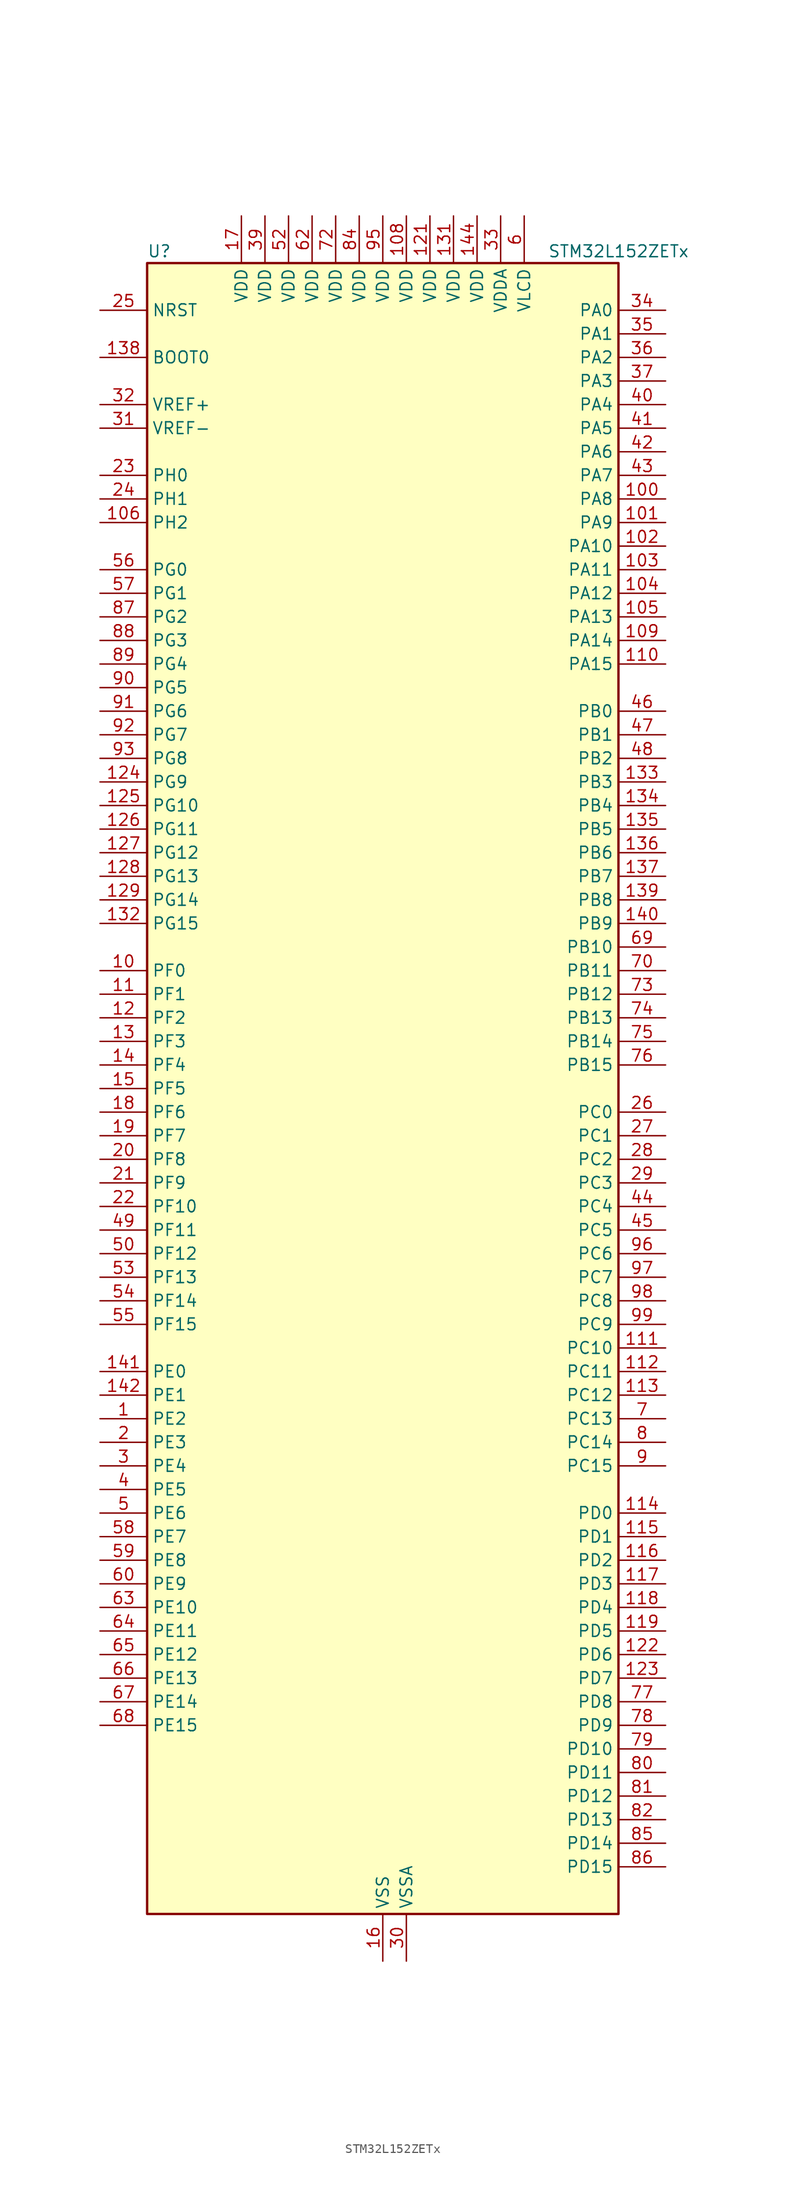
<source format=kicad_sym>
(kicad_symbol_lib
  (version 20241209)
  (generator "kicad_symbol_editor")
  (generator_version "9.0")
  (symbol "STM32L152ZETx"
    (property "Reference" "U"
      (at -25.4 90.17 0)
      (effects (font (size 1.27 1.27)) (justify left)))
    (property "Value" "STM32L152ZETx"
      (at 17.78 90.17 0)
      (effects (font (size 1.27 1.27)) (justify left)))
    (symbol "STM32L152ZETx_0_1"
      (rectangle (start -25.4 -88.9) (end 25.4 88.9) (stroke (width 0.254) (type default)) (fill (type background))))
    (symbol "STM32L152ZETx_1_1"
      (pin input line (at -30.48 83.82 0) (length 5.08) (name "NRST" (effects (font (size 1.27 1.27)))) (number "25" (effects (font (size 1.27 1.27)))))
      (pin input line (at -30.48 78.74 0) (length 5.08) (name "BOOT0" (effects (font (size 1.27 1.27)))) (number "138" (effects (font (size 1.27 1.27)))))
      (pin input line (at -30.48 73.66 0) (length 5.08) (name "VREF+" (effects (font (size 1.27 1.27)))) (number "32" (effects (font (size 1.27 1.27)))))
      (pin input line (at -30.48 71.12 0) (length 5.08) (name "VREF-" (effects (font (size 1.27 1.27)))) (number "31" (effects (font (size 1.27 1.27)))))
      (pin bidirectional line (at -30.48 66.04 0) (length 5.08) (name "PH0" (effects (font (size 1.27 1.27)))) (number "23" (effects (font (size 1.27 1.27)))) (alternate "RCC_OSC_IN" bidirectional line))
      (pin bidirectional line (at -30.48 63.5 0) (length 5.08) (name "PH1" (effects (font (size 1.27 1.27)))) (number "24" (effects (font (size 1.27 1.27)))) (alternate "RCC_OSC_OUT" bidirectional line))
      (pin bidirectional line (at -30.48 60.96 0) (length 5.08) (name "PH2" (effects (font (size 1.27 1.27)))) (number "106" (effects (font (size 1.27 1.27)))))
      (pin bidirectional line (at -30.48 55.88 0) (length 5.08) (name "PG0" (effects (font (size 1.27 1.27)))) (number "56" (effects (font (size 1.27 1.27)))) (alternate "ADC_IN8b" bidirectional line) (alternate "TS_G2_IO4" bidirectional line))
      (pin bidirectional line (at -30.48 53.34 0) (length 5.08) (name "PG1" (effects (font (size 1.27 1.27)))) (number "57" (effects (font (size 1.27 1.27)))) (alternate "ADC_IN9b" bidirectional line) (alternate "TS_G2_IO5" bidirectional line))
      (pin bidirectional line (at -30.48 50.8 0) (length 5.08) (name "PG2" (effects (font (size 1.27 1.27)))) (number "87" (effects (font (size 1.27 1.27)))) (alternate "ADC_IN10b" bidirectional line) (alternate "TS_G7_IO5" bidirectional line))
      (pin bidirectional line (at -30.48 48.26 0) (length 5.08) (name "PG3" (effects (font (size 1.27 1.27)))) (number "88" (effects (font (size 1.27 1.27)))) (alternate "ADC_IN11b" bidirectional line) (alternate "TS_G7_IO6" bidirectional line))
      (pin bidirectional line (at -30.48 45.72 0) (length 5.08) (name "PG4" (effects (font (size 1.27 1.27)))) (number "89" (effects (font (size 1.27 1.27)))) (alternate "ADC_IN12b" bidirectional line) (alternate "TS_G7_IO7" bidirectional line))
      (pin bidirectional line (at -30.48 43.18 0) (length 5.08) (name "PG5" (effects (font (size 1.27 1.27)))) (number "90" (effects (font (size 1.27 1.27)))))
      (pin bidirectional line (at -30.48 40.64 0) (length 5.08) (name "PG6" (effects (font (size 1.27 1.27)))) (number "91" (effects (font (size 1.27 1.27)))))
      (pin bidirectional line (at -30.48 38.1 0) (length 5.08) (name "PG7" (effects (font (size 1.27 1.27)))) (number "92" (effects (font (size 1.27 1.27)))))
      (pin bidirectional line (at -30.48 35.56 0) (length 5.08) (name "PG8" (effects (font (size 1.27 1.27)))) (number "93" (effects (font (size 1.27 1.27)))))
      (pin bidirectional line (at -30.48 33.02 0) (length 5.08) (name "PG9" (effects (font (size 1.27 1.27)))) (number "124" (effects (font (size 1.27 1.27)))) (alternate "DAC_EXTI9" bidirectional line))
      (pin bidirectional line (at -30.48 30.48 0) (length 5.08) (name "PG10" (effects (font (size 1.27 1.27)))) (number "125" (effects (font (size 1.27 1.27)))))
      (pin bidirectional line (at -30.48 27.94 0) (length 5.08) (name "PG11" (effects (font (size 1.27 1.27)))) (number "126" (effects (font (size 1.27 1.27)))) (alternate "ADC_EXTI11" bidirectional line))
      (pin bidirectional line (at -30.48 25.4 0) (length 5.08) (name "PG12" (effects (font (size 1.27 1.27)))) (number "127" (effects (font (size 1.27 1.27)))))
      (pin bidirectional line (at -30.48 22.86 0) (length 5.08) (name "PG13" (effects (font (size 1.27 1.27)))) (number "128" (effects (font (size 1.27 1.27)))))
      (pin bidirectional line (at -30.48 20.32 0) (length 5.08) (name "PG14" (effects (font (size 1.27 1.27)))) (number "129" (effects (font (size 1.27 1.27)))))
      (pin bidirectional line (at -30.48 17.78 0) (length 5.08) (name "PG15" (effects (font (size 1.27 1.27)))) (number "132" (effects (font (size 1.27 1.27)))) (alternate "ADC_EXTI15" bidirectional line))
      (pin bidirectional line (at -30.48 12.7 0) (length 5.08) (name "PF0" (effects (font (size 1.27 1.27)))) (number "10" (effects (font (size 1.27 1.27)))))
      (pin bidirectional line (at -30.48 10.16 0) (length 5.08) (name "PF1" (effects (font (size 1.27 1.27)))) (number "11" (effects (font (size 1.27 1.27)))))
      (pin bidirectional line (at -30.48 7.62 0) (length 5.08) (name "PF2" (effects (font (size 1.27 1.27)))) (number "12" (effects (font (size 1.27 1.27)))))
      (pin bidirectional line (at -30.48 5.08 0) (length 5.08) (name "PF3" (effects (font (size 1.27 1.27)))) (number "13" (effects (font (size 1.27 1.27)))))
      (pin bidirectional line (at -30.48 2.54 0) (length 5.08) (name "PF4" (effects (font (size 1.27 1.27)))) (number "14" (effects (font (size 1.27 1.27)))))
      (pin bidirectional line (at -30.48 0 0) (length 5.08) (name "PF5" (effects (font (size 1.27 1.27)))) (number "15" (effects (font (size 1.27 1.27)))))
      (pin bidirectional line (at -30.48 -2.54 0) (length 5.08) (name "PF6" (effects (font (size 1.27 1.27)))) (number "18" (effects (font (size 1.27 1.27)))) (alternate "ADC_IN27" bidirectional line) (alternate "TIM5_CH1" bidirectional line) (alternate "TIM5_ETR" bidirectional line) (alternate "TS_G11_IO1" bidirectional line))
      (pin bidirectional line (at -30.48 -5.08 0) (length 5.08) (name "PF7" (effects (font (size 1.27 1.27)))) (number "19" (effects (font (size 1.27 1.27)))) (alternate "ADC_IN28" bidirectional line) (alternate "COMP1_INP" bidirectional line) (alternate "TIM5_CH2" bidirectional line) (alternate "TS_G11_IO2" bidirectional line))
      (pin bidirectional line (at -30.48 -7.62 0) (length 5.08) (name "PF8" (effects (font (size 1.27 1.27)))) (number "20" (effects (font (size 1.27 1.27)))) (alternate "ADC_IN29" bidirectional line) (alternate "COMP1_INP" bidirectional line) (alternate "TIM5_CH3" bidirectional line) (alternate "TS_G11_IO3" bidirectional line))
      (pin bidirectional line (at -30.48 -10.16 0) (length 5.08) (name "PF9" (effects (font (size 1.27 1.27)))) (number "21" (effects (font (size 1.27 1.27)))) (alternate "ADC_IN30" bidirectional line) (alternate "COMP1_INP" bidirectional line) (alternate "DAC_EXTI9" bidirectional line) (alternate "TIM5_CH4" bidirectional line) (alternate "TS_G11_IO4" bidirectional line))
      (pin bidirectional line (at -30.48 -12.7 0) (length 5.08) (name "PF10" (effects (font (size 1.27 1.27)))) (number "22" (effects (font (size 1.27 1.27)))) (alternate "ADC_IN31" bidirectional line) (alternate "COMP1_INP" bidirectional line) (alternate "TS_G11_IO5" bidirectional line))
      (pin bidirectional line (at -30.48 -15.24 0) (length 5.08) (name "PF11" (effects (font (size 1.27 1.27)))) (number "49" (effects (font (size 1.27 1.27)))) (alternate "ADC_EXTI11" bidirectional line) (alternate "ADC_IN1b" bidirectional line) (alternate "TS_G3_IO4" bidirectional line))
      (pin bidirectional line (at -30.48 -17.78 0) (length 5.08) (name "PF12" (effects (font (size 1.27 1.27)))) (number "50" (effects (font (size 1.27 1.27)))) (alternate "ADC_IN2b" bidirectional line) (alternate "TS_G3_IO5" bidirectional line))
      (pin bidirectional line (at -30.48 -20.32 0) (length 5.08) (name "PF13" (effects (font (size 1.27 1.27)))) (number "53" (effects (font (size 1.27 1.27)))) (alternate "ADC_IN3b" bidirectional line) (alternate "TS_G9_IO3" bidirectional line))
      (pin bidirectional line (at -30.48 -22.86 0) (length 5.08) (name "PF14" (effects (font (size 1.27 1.27)))) (number "54" (effects (font (size 1.27 1.27)))) (alternate "ADC_IN6b" bidirectional line) (alternate "TS_G9_IO4" bidirectional line))
      (pin bidirectional line (at -30.48 -25.4 0) (length 5.08) (name "PF15" (effects (font (size 1.27 1.27)))) (number "55" (effects (font (size 1.27 1.27)))) (alternate "ADC_EXTI15" bidirectional line) (alternate "ADC_IN7b" bidirectional line) (alternate "TS_G2_IO3" bidirectional line))
      (pin bidirectional line (at -30.48 -30.48 0) (length 5.08) (name "PE0" (effects (font (size 1.27 1.27)))) (number "141" (effects (font (size 1.27 1.27)))) (alternate "LCD_SEG36" bidirectional line) (alternate "TIM10_CH1" bidirectional line) (alternate "TIM4_ETR" bidirectional line) (alternate "TIMX_IC1" bidirectional line))
      (pin bidirectional line (at -30.48 -33.02 0) (length 5.08) (name "PE1" (effects (font (size 1.27 1.27)))) (number "142" (effects (font (size 1.27 1.27)))) (alternate "LCD_SEG37" bidirectional line) (alternate "TIM11_CH1" bidirectional line) (alternate "TIMX_IC2" bidirectional line))
      (pin bidirectional line (at -30.48 -35.56 0) (length 5.08) (name "PE2" (effects (font (size 1.27 1.27)))) (number "1" (effects (font (size 1.27 1.27)))) (alternate "LCD_SEG38" bidirectional line) (alternate "SYS_TRACECK" bidirectional line) (alternate "TIM3_ETR" bidirectional line) (alternate "TIMX_IC3" bidirectional line))
      (pin bidirectional line (at -30.48 -38.1 0) (length 5.08) (name "PE3" (effects (font (size 1.27 1.27)))) (number "2" (effects (font (size 1.27 1.27)))) (alternate "LCD_SEG39" bidirectional line) (alternate "SYS_TRACED0" bidirectional line) (alternate "TIM3_CH1" bidirectional line) (alternate "TIMX_IC4" bidirectional line))
      (pin bidirectional line (at -30.48 -40.64 0) (length 5.08) (name "PE4" (effects (font (size 1.27 1.27)))) (number "3" (effects (font (size 1.27 1.27)))) (alternate "SYS_TRACED1" bidirectional line) (alternate "TIM3_CH2" bidirectional line) (alternate "TIMX_IC1" bidirectional line))
      (pin bidirectional line (at -30.48 -43.18 0) (length 5.08) (name "PE5" (effects (font (size 1.27 1.27)))) (number "4" (effects (font (size 1.27 1.27)))) (alternate "SYS_TRACED2" bidirectional line) (alternate "TIM9_CH1" bidirectional line) (alternate "TIMX_IC2" bidirectional line))
      (pin bidirectional line (at -30.48 -45.72 0) (length 5.08) (name "PE6" (effects (font (size 1.27 1.27)))) (number "5" (effects (font (size 1.27 1.27)))) (alternate "RTC_TAMP3" bidirectional line) (alternate "SYS_TRACED3" bidirectional line) (alternate "SYS_WKUP3" bidirectional line) (alternate "TIM9_CH2" bidirectional line) (alternate "TIMX_IC3" bidirectional line))
      (pin bidirectional line (at -30.48 -48.26 0) (length 5.08) (name "PE7" (effects (font (size 1.27 1.27)))) (number "58" (effects (font (size 1.27 1.27)))) (alternate "ADC_IN22" bidirectional line) (alternate "COMP1_INP" bidirectional line) (alternate "TIMX_IC4" bidirectional line))
      (pin bidirectional line (at -30.48 -50.8 0) (length 5.08) (name "PE8" (effects (font (size 1.27 1.27)))) (number "59" (effects (font (size 1.27 1.27)))) (alternate "ADC_IN23" bidirectional line) (alternate "COMP1_INP" bidirectional line) (alternate "TIMX_IC1" bidirectional line))
      (pin bidirectional line (at -30.48 -53.34 0) (length 5.08) (name "PE9" (effects (font (size 1.27 1.27)))) (number "60" (effects (font (size 1.27 1.27)))) (alternate "ADC_IN24" bidirectional line) (alternate "COMP1_INP" bidirectional line) (alternate "DAC_EXTI9" bidirectional line) (alternate "TIM2_CH1" bidirectional line) (alternate "TIM2_ETR" bidirectional line) (alternate "TIMX_IC2" bidirectional line))
      (pin bidirectional line (at -30.48 -55.88 0) (length 5.08) (name "PE10" (effects (font (size 1.27 1.27)))) (number "63" (effects (font (size 1.27 1.27)))) (alternate "ADC_IN25" bidirectional line) (alternate "COMP1_INP" bidirectional line) (alternate "TIM2_CH2" bidirectional line) (alternate "TIMX_IC3" bidirectional line))
      (pin bidirectional line (at -30.48 -58.42 0) (length 5.08) (name "PE11" (effects (font (size 1.27 1.27)))) (number "64" (effects (font (size 1.27 1.27)))) (alternate "ADC_EXTI11" bidirectional line) (alternate "TIM2_CH3" bidirectional line) (alternate "TIMX_IC4" bidirectional line))
      (pin bidirectional line (at -30.48 -60.96 0) (length 5.08) (name "PE12" (effects (font (size 1.27 1.27)))) (number "65" (effects (font (size 1.27 1.27)))) (alternate "SPI1_NSS" bidirectional line) (alternate "TIM2_CH4" bidirectional line) (alternate "TIMX_IC1" bidirectional line))
      (pin bidirectional line (at -30.48 -63.5 0) (length 5.08) (name "PE13" (effects (font (size 1.27 1.27)))) (number "66" (effects (font (size 1.27 1.27)))) (alternate "SPI1_SCK" bidirectional line) (alternate "TIMX_IC2" bidirectional line))
      (pin bidirectional line (at -30.48 -66.04 0) (length 5.08) (name "PE14" (effects (font (size 1.27 1.27)))) (number "67" (effects (font (size 1.27 1.27)))) (alternate "SPI1_MISO" bidirectional line) (alternate "TIMX_IC3" bidirectional line))
      (pin bidirectional line (at -30.48 -68.58 0) (length 5.08) (name "PE15" (effects (font (size 1.27 1.27)))) (number "68" (effects (font (size 1.27 1.27)))) (alternate "ADC_EXTI15" bidirectional line) (alternate "SPI1_MOSI" bidirectional line) (alternate "TIMX_IC4" bidirectional line))
      (pin power_in line (at -15.24 93.98 270) (length 5.08) (name "VDD" (effects (font (size 1.27 1.27)))) (number "17" (effects (font (size 1.27 1.27)))))
      (pin power_in line (at -12.7 93.98 270) (length 5.08) (name "VDD" (effects (font (size 1.27 1.27)))) (number "39" (effects (font (size 1.27 1.27)))))
      (pin power_in line (at -10.16 93.98 270) (length 5.08) (name "VDD" (effects (font (size 1.27 1.27)))) (number "52" (effects (font (size 1.27 1.27)))))
      (pin power_in line (at -7.62 93.98 270) (length 5.08) (name "VDD" (effects (font (size 1.27 1.27)))) (number "62" (effects (font (size 1.27 1.27)))))
      (pin power_in line (at -5.08 93.98 270) (length 5.08) (name "VDD" (effects (font (size 1.27 1.27)))) (number "72" (effects (font (size 1.27 1.27)))))
      (pin power_in line (at -2.54 93.98 270) (length 5.08) (name "VDD" (effects (font (size 1.27 1.27)))) (number "84" (effects (font (size 1.27 1.27)))))
      (pin power_in line (at 0 93.98 270) (length 5.08) (name "VDD" (effects (font (size 1.27 1.27)))) (number "95" (effects (font (size 1.27 1.27)))))
      (pin passive line (at 0 -93.98 90) (length 5.08) (hide yes) (name "VSS" (effects (font (size 1.27 1.27)))) (number "107" (effects (font (size 1.27 1.27)))))
      (pin passive line (at 0 -93.98 90) (length 5.08) (hide yes) (name "VSS" (effects (font (size 1.27 1.27)))) (number "120" (effects (font (size 1.27 1.27)))))
      (pin passive line (at 0 -93.98 90) (length 5.08) (hide yes) (name "VSS" (effects (font (size 1.27 1.27)))) (number "130" (effects (font (size 1.27 1.27)))))
      (pin passive line (at 0 -93.98 90) (length 5.08) (hide yes) (name "VSS" (effects (font (size 1.27 1.27)))) (number "143" (effects (font (size 1.27 1.27)))))
      (pin power_in line (at 0 -93.98 90) (length 5.08) (name "VSS" (effects (font (size 1.27 1.27)))) (number "16" (effects (font (size 1.27 1.27)))))
      (pin passive line (at 0 -93.98 90) (length 5.08) (hide yes) (name "VSS" (effects (font (size 1.27 1.27)))) (number "38" (effects (font (size 1.27 1.27)))))
      (pin passive line (at 0 -93.98 90) (length 5.08) (hide yes) (name "VSS" (effects (font (size 1.27 1.27)))) (number "51" (effects (font (size 1.27 1.27)))))
      (pin passive line (at 0 -93.98 90) (length 5.08) (hide yes) (name "VSS" (effects (font (size 1.27 1.27)))) (number "61" (effects (font (size 1.27 1.27)))))
      (pin passive line (at 0 -93.98 90) (length 5.08) (hide yes) (name "VSS" (effects (font (size 1.27 1.27)))) (number "71" (effects (font (size 1.27 1.27)))))
      (pin passive line (at 0 -93.98 90) (length 5.08) (hide yes) (name "VSS" (effects (font (size 1.27 1.27)))) (number "83" (effects (font (size 1.27 1.27)))))
      (pin passive line (at 0 -93.98 90) (length 5.08) (hide yes) (name "VSS" (effects (font (size 1.27 1.27)))) (number "94" (effects (font (size 1.27 1.27)))))
      (pin power_in line (at 2.54 93.98 270) (length 5.08) (name "VDD" (effects (font (size 1.27 1.27)))) (number "108" (effects (font (size 1.27 1.27)))))
      (pin power_in line (at 2.54 -93.98 90) (length 5.08) (name "VSSA" (effects (font (size 1.27 1.27)))) (number "30" (effects (font (size 1.27 1.27)))))
      (pin power_in line (at 5.08 93.98 270) (length 5.08) (name "VDD" (effects (font (size 1.27 1.27)))) (number "121" (effects (font (size 1.27 1.27)))))
      (pin power_in line (at 7.62 93.98 270) (length 5.08) (name "VDD" (effects (font (size 1.27 1.27)))) (number "131" (effects (font (size 1.27 1.27)))))
      (pin power_in line (at 10.16 93.98 270) (length 5.08) (name "VDD" (effects (font (size 1.27 1.27)))) (number "144" (effects (font (size 1.27 1.27)))))
      (pin power_in line (at 12.7 93.98 270) (length 5.08) (name "VDDA" (effects (font (size 1.27 1.27)))) (number "33" (effects (font (size 1.27 1.27)))))
      (pin power_in line (at 15.24 93.98 270) (length 5.08) (name "VLCD" (effects (font (size 1.27 1.27)))) (number "6" (effects (font (size 1.27 1.27)))))
      (pin bidirectional line (at 30.48 83.82 180) (length 5.08) (name "PA0" (effects (font (size 1.27 1.27)))) (number "34" (effects (font (size 1.27 1.27)))) (alternate "ADC_IN0" bidirectional line) (alternate "COMP1_INP" bidirectional line) (alternate "RTC_TAMP2" bidirectional line) (alternate "SYS_WKUP1" bidirectional line) (alternate "TIM2_CH1" bidirectional line) (alternate "TIM2_ETR" bidirectional line) (alternate "TIM5_CH1" bidirectional line) (alternate "TIMX_IC1" bidirectional line) (alternate "TS_G1_IO1" bidirectional line) (alternate "USART2_CTS" bidirectional line))
      (pin bidirectional line (at 30.48 81.28 180) (length 5.08) (name "PA1" (effects (font (size 1.27 1.27)))) (number "35" (effects (font (size 1.27 1.27)))) (alternate "ADC_IN1" bidirectional line) (alternate "COMP1_INP" bidirectional line) (alternate "LCD_SEG0" bidirectional line) (alternate "OPAMP1_VINP" bidirectional line) (alternate "TIM2_CH2" bidirectional line) (alternate "TIM5_CH2" bidirectional line) (alternate "TIMX_IC2" bidirectional line) (alternate "TS_G1_IO2" bidirectional line) (alternate "USART2_RTS" bidirectional line))
      (pin bidirectional line (at 30.48 78.74 180) (length 5.08) (name "PA2" (effects (font (size 1.27 1.27)))) (number "36" (effects (font (size 1.27 1.27)))) (alternate "ADC_IN2" bidirectional line) (alternate "COMP1_INP" bidirectional line) (alternate "LCD_SEG1" bidirectional line) (alternate "OPAMP1_VINM" bidirectional line) (alternate "TIM2_CH3" bidirectional line) (alternate "TIM5_CH3" bidirectional line) (alternate "TIM9_CH1" bidirectional line) (alternate "TIMX_IC3" bidirectional line) (alternate "TS_G1_IO3" bidirectional line) (alternate "USART2_TX" bidirectional line))
      (pin bidirectional line (at 30.48 76.2 180) (length 5.08) (name "PA3" (effects (font (size 1.27 1.27)))) (number "37" (effects (font (size 1.27 1.27)))) (alternate "ADC_IN3" bidirectional line) (alternate "COMP1_INP" bidirectional line) (alternate "LCD_SEG2" bidirectional line) (alternate "OPAMP1_VOUT" bidirectional line) (alternate "TIM2_CH4" bidirectional line) (alternate "TIM5_CH4" bidirectional line) (alternate "TIM9_CH2" bidirectional line) (alternate "TIMX_IC4" bidirectional line) (alternate "TS_G1_IO4" bidirectional line) (alternate "USART2_RX" bidirectional line))
      (pin bidirectional line (at 30.48 73.66 180) (length 5.08) (name "PA4" (effects (font (size 1.27 1.27)))) (number "40" (effects (font (size 1.27 1.27)))) (alternate "ADC_IN4" bidirectional line) (alternate "COMP1_INP" bidirectional line) (alternate "DAC_OUT1" bidirectional line) (alternate "I2S3_WS" bidirectional line) (alternate "SPI1_NSS" bidirectional line) (alternate "SPI3_NSS" bidirectional line) (alternate "TIMX_IC1" bidirectional line) (alternate "USART2_CK" bidirectional line))
      (pin bidirectional line (at 30.48 71.12 180) (length 5.08) (name "PA5" (effects (font (size 1.27 1.27)))) (number "41" (effects (font (size 1.27 1.27)))) (alternate "ADC_IN5" bidirectional line) (alternate "COMP1_INP" bidirectional line) (alternate "DAC_OUT2" bidirectional line) (alternate "SPI1_SCK" bidirectional line) (alternate "TIM2_CH1" bidirectional line) (alternate "TIM2_ETR" bidirectional line) (alternate "TIMX_IC2" bidirectional line))
      (pin bidirectional line (at 30.48 68.58 180) (length 5.08) (name "PA6" (effects (font (size 1.27 1.27)))) (number "42" (effects (font (size 1.27 1.27)))) (alternate "ADC_IN6" bidirectional line) (alternate "COMP1_INP" bidirectional line) (alternate "LCD_SEG3" bidirectional line) (alternate "OPAMP2_VINP" bidirectional line) (alternate "SPI1_MISO" bidirectional line) (alternate "TIM10_CH1" bidirectional line) (alternate "TIM3_CH1" bidirectional line) (alternate "TIMX_IC3" bidirectional line) (alternate "TS_G2_IO1" bidirectional line))
      (pin bidirectional line (at 30.48 66.04 180) (length 5.08) (name "PA7" (effects (font (size 1.27 1.27)))) (number "43" (effects (font (size 1.27 1.27)))) (alternate "ADC_IN7" bidirectional line) (alternate "COMP1_INP" bidirectional line) (alternate "LCD_SEG4" bidirectional line) (alternate "OPAMP2_VINM" bidirectional line) (alternate "SPI1_MOSI" bidirectional line) (alternate "TIM11_CH1" bidirectional line) (alternate "TIM3_CH2" bidirectional line) (alternate "TIMX_IC4" bidirectional line) (alternate "TS_G2_IO2" bidirectional line))
      (pin bidirectional line (at 30.48 63.5 180) (length 5.08) (name "PA8" (effects (font (size 1.27 1.27)))) (number "100" (effects (font (size 1.27 1.27)))) (alternate "LCD_COM0" bidirectional line) (alternate "RCC_MCO" bidirectional line) (alternate "TIMX_IC1" bidirectional line) (alternate "TS_G4_IO1" bidirectional line) (alternate "USART1_CK" bidirectional line))
      (pin bidirectional line (at 30.48 60.96 180) (length 5.08) (name "PA9" (effects (font (size 1.27 1.27)))) (number "101" (effects (font (size 1.27 1.27)))) (alternate "DAC_EXTI9" bidirectional line) (alternate "LCD_COM1" bidirectional line) (alternate "TIMX_IC2" bidirectional line) (alternate "TS_G4_IO2" bidirectional line) (alternate "USART1_TX" bidirectional line))
      (pin bidirectional line (at 30.48 58.42 180) (length 5.08) (name "PA10" (effects (font (size 1.27 1.27)))) (number "102" (effects (font (size 1.27 1.27)))) (alternate "LCD_COM2" bidirectional line) (alternate "TIMX_IC3" bidirectional line) (alternate "TS_G4_IO3" bidirectional line) (alternate "USART1_RX" bidirectional line))
      (pin bidirectional line (at 30.48 55.88 180) (length 5.08) (name "PA11" (effects (font (size 1.27 1.27)))) (number "103" (effects (font (size 1.27 1.27)))) (alternate "ADC_EXTI11" bidirectional line) (alternate "SPI1_MISO" bidirectional line) (alternate "TIMX_IC4" bidirectional line) (alternate "USART1_CTS" bidirectional line) (alternate "USB_DM" bidirectional line))
      (pin bidirectional line (at 30.48 53.34 180) (length 5.08) (name "PA12" (effects (font (size 1.27 1.27)))) (number "104" (effects (font (size 1.27 1.27)))) (alternate "SPI1_MOSI" bidirectional line) (alternate "TIMX_IC1" bidirectional line) (alternate "USART1_RTS" bidirectional line) (alternate "USB_DP" bidirectional line))
      (pin bidirectional line (at 30.48 50.8 180) (length 5.08) (name "PA13" (effects (font (size 1.27 1.27)))) (number "105" (effects (font (size 1.27 1.27)))) (alternate "SYS_JTMS-SWDIO" bidirectional line) (alternate "TIMX_IC2" bidirectional line) (alternate "TS_G5_IO1" bidirectional line))
      (pin bidirectional line (at 30.48 48.26 180) (length 5.08) (name "PA14" (effects (font (size 1.27 1.27)))) (number "109" (effects (font (size 1.27 1.27)))) (alternate "SYS_JTCK-SWCLK" bidirectional line) (alternate "TIMX_IC3" bidirectional line) (alternate "TS_G5_IO2" bidirectional line))
      (pin bidirectional line (at 30.48 45.72 180) (length 5.08) (name "PA15" (effects (font (size 1.27 1.27)))) (number "110" (effects (font (size 1.27 1.27)))) (alternate "ADC_EXTI15" bidirectional line) (alternate "I2S3_WS" bidirectional line) (alternate "LCD_SEG17" bidirectional line) (alternate "SPI1_NSS" bidirectional line) (alternate "SPI3_NSS" bidirectional line) (alternate "SYS_JTDI" bidirectional line) (alternate "TIM2_CH1" bidirectional line) (alternate "TIM2_ETR" bidirectional line) (alternate "TIMX_IC4" bidirectional line) (alternate "TS_G5_IO3" bidirectional line))
      (pin bidirectional line (at 30.48 40.64 180) (length 5.08) (name "PB0" (effects (font (size 1.27 1.27)))) (number "46" (effects (font (size 1.27 1.27)))) (alternate "ADC_IN8" bidirectional line) (alternate "COMP1_INP" bidirectional line) (alternate "LCD_SEG5" bidirectional line) (alternate "OPAMP2_VOUT" bidirectional line) (alternate "SYS_V_REF_OUT" bidirectional line) (alternate "TIM3_CH3" bidirectional line) (alternate "TS_G3_IO1" bidirectional line))
      (pin bidirectional line (at 30.48 38.1 180) (length 5.08) (name "PB1" (effects (font (size 1.27 1.27)))) (number "47" (effects (font (size 1.27 1.27)))) (alternate "ADC_IN9" bidirectional line) (alternate "COMP1_INP" bidirectional line) (alternate "LCD_SEG6" bidirectional line) (alternate "SYS_V_REF_OUT" bidirectional line) (alternate "TIM3_CH4" bidirectional line) (alternate "TS_G3_IO2" bidirectional line))
      (pin bidirectional line (at 30.48 35.56 180) (length 5.08) (name "PB2" (effects (font (size 1.27 1.27)))) (number "48" (effects (font (size 1.27 1.27)))) (alternate "ADC_IN0b" bidirectional line) (alternate "TS_G3_IO3" bidirectional line))
      (pin bidirectional line (at 30.48 33.02 180) (length 5.08) (name "PB3" (effects (font (size 1.27 1.27)))) (number "133" (effects (font (size 1.27 1.27)))) (alternate "COMP2_INM" bidirectional line) (alternate "I2S3_CK" bidirectional line) (alternate "LCD_SEG7" bidirectional line) (alternate "SPI1_SCK" bidirectional line) (alternate "SPI3_SCK" bidirectional line) (alternate "SYS_JTDO-TRACESWO" bidirectional line) (alternate "TIM2_CH2" bidirectional line))
      (pin bidirectional line (at 30.48 30.48 180) (length 5.08) (name "PB4" (effects (font (size 1.27 1.27)))) (number "134" (effects (font (size 1.27 1.27)))) (alternate "COMP2_INP" bidirectional line) (alternate "LCD_SEG8" bidirectional line) (alternate "SPI1_MISO" bidirectional line) (alternate "SPI3_MISO" bidirectional line) (alternate "SYS_JTRST" bidirectional line) (alternate "TIM3_CH1" bidirectional line) (alternate "TS_G6_IO1" bidirectional line))
      (pin bidirectional line (at 30.48 27.94 180) (length 5.08) (name "PB5" (effects (font (size 1.27 1.27)))) (number "135" (effects (font (size 1.27 1.27)))) (alternate "COMP2_INP" bidirectional line) (alternate "I2C1_SMBA" bidirectional line) (alternate "I2S3_SD" bidirectional line) (alternate "LCD_SEG9" bidirectional line) (alternate "SPI1_MOSI" bidirectional line) (alternate "SPI3_MOSI" bidirectional line) (alternate "TIM3_CH2" bidirectional line) (alternate "TS_G6_IO2" bidirectional line))
      (pin bidirectional line (at 30.48 25.4 180) (length 5.08) (name "PB6" (effects (font (size 1.27 1.27)))) (number "136" (effects (font (size 1.27 1.27)))) (alternate "COMP2_INP" bidirectional line) (alternate "I2C1_SCL" bidirectional line) (alternate "TIM4_CH1" bidirectional line) (alternate "TS_G6_IO3" bidirectional line) (alternate "USART1_TX" bidirectional line))
      (pin bidirectional line (at 30.48 22.86 180) (length 5.08) (name "PB7" (effects (font (size 1.27 1.27)))) (number "137" (effects (font (size 1.27 1.27)))) (alternate "COMP2_INP" bidirectional line) (alternate "I2C1_SDA" bidirectional line) (alternate "SYS_PVD_IN" bidirectional line) (alternate "TIM4_CH2" bidirectional line) (alternate "TS_G6_IO4" bidirectional line) (alternate "USART1_RX" bidirectional line))
      (pin bidirectional line (at 30.48 20.32 180) (length 5.08) (name "PB8" (effects (font (size 1.27 1.27)))) (number "139" (effects (font (size 1.27 1.27)))) (alternate "I2C1_SCL" bidirectional line) (alternate "LCD_SEG16" bidirectional line) (alternate "TIM10_CH1" bidirectional line) (alternate "TIM4_CH3" bidirectional line))
      (pin bidirectional line (at 30.48 17.78 180) (length 5.08) (name "PB9" (effects (font (size 1.27 1.27)))) (number "140" (effects (font (size 1.27 1.27)))) (alternate "DAC_EXTI9" bidirectional line) (alternate "I2C1_SDA" bidirectional line) (alternate "LCD_COM3" bidirectional line) (alternate "TIM11_CH1" bidirectional line) (alternate "TIM4_CH4" bidirectional line))
      (pin bidirectional line (at 30.48 15.24 180) (length 5.08) (name "PB10" (effects (font (size 1.27 1.27)))) (number "69" (effects (font (size 1.27 1.27)))) (alternate "I2C2_SCL" bidirectional line) (alternate "LCD_SEG10" bidirectional line) (alternate "TIM2_CH3" bidirectional line) (alternate "USART3_TX" bidirectional line))
      (pin bidirectional line (at 30.48 12.7 180) (length 5.08) (name "PB11" (effects (font (size 1.27 1.27)))) (number "70" (effects (font (size 1.27 1.27)))) (alternate "ADC_EXTI11" bidirectional line) (alternate "I2C2_SDA" bidirectional line) (alternate "LCD_SEG11" bidirectional line) (alternate "TIM2_CH4" bidirectional line) (alternate "USART3_RX" bidirectional line))
      (pin bidirectional line (at 30.48 10.16 180) (length 5.08) (name "PB12" (effects (font (size 1.27 1.27)))) (number "73" (effects (font (size 1.27 1.27)))) (alternate "ADC_IN18" bidirectional line) (alternate "COMP1_INP" bidirectional line) (alternate "I2C2_SMBA" bidirectional line) (alternate "I2S2_WS" bidirectional line) (alternate "LCD_SEG12" bidirectional line) (alternate "SPI2_NSS" bidirectional line) (alternate "TIM10_CH1" bidirectional line) (alternate "TS_G7_IO1" bidirectional line) (alternate "USART3_CK" bidirectional line))
      (pin bidirectional line (at 30.48 7.62 180) (length 5.08) (name "PB13" (effects (font (size 1.27 1.27)))) (number "74" (effects (font (size 1.27 1.27)))) (alternate "ADC_IN19" bidirectional line) (alternate "COMP1_INP" bidirectional line) (alternate "I2S2_CK" bidirectional line) (alternate "LCD_SEG13" bidirectional line) (alternate "SPI2_SCK" bidirectional line) (alternate "TIM9_CH1" bidirectional line) (alternate "TS_G7_IO2" bidirectional line) (alternate "USART3_CTS" bidirectional line))
      (pin bidirectional line (at 30.48 5.08 180) (length 5.08) (name "PB14" (effects (font (size 1.27 1.27)))) (number "75" (effects (font (size 1.27 1.27)))) (alternate "ADC_IN20" bidirectional line) (alternate "COMP1_INP" bidirectional line) (alternate "LCD_SEG14" bidirectional line) (alternate "SPI2_MISO" bidirectional line) (alternate "TIM9_CH2" bidirectional line) (alternate "TS_G7_IO3" bidirectional line) (alternate "USART3_RTS" bidirectional line))
      (pin bidirectional line (at 30.48 2.54 180) (length 5.08) (name "PB15" (effects (font (size 1.27 1.27)))) (number "76" (effects (font (size 1.27 1.27)))) (alternate "ADC_EXTI15" bidirectional line) (alternate "ADC_IN21" bidirectional line) (alternate "COMP1_INP" bidirectional line) (alternate "I2S2_SD" bidirectional line) (alternate "LCD_SEG15" bidirectional line) (alternate "RTC_REFIN" bidirectional line) (alternate "SPI2_MOSI" bidirectional line) (alternate "TIM11_CH1" bidirectional line) (alternate "TS_G7_IO4" bidirectional line))
      (pin bidirectional line (at 30.48 -2.54 180) (length 5.08) (name "PC0" (effects (font (size 1.27 1.27)))) (number "26" (effects (font (size 1.27 1.27)))) (alternate "ADC_IN10" bidirectional line) (alternate "COMP1_INP" bidirectional line) (alternate "LCD_SEG18" bidirectional line) (alternate "TIMX_IC1" bidirectional line) (alternate "TS_G8_IO1" bidirectional line))
      (pin bidirectional line (at 30.48 -5.08 180) (length 5.08) (name "PC1" (effects (font (size 1.27 1.27)))) (number "27" (effects (font (size 1.27 1.27)))) (alternate "ADC_IN11" bidirectional line) (alternate "COMP1_INP" bidirectional line) (alternate "LCD_SEG19" bidirectional line) (alternate "TIMX_IC2" bidirectional line) (alternate "TS_G8_IO2" bidirectional line))
      (pin bidirectional line (at 30.48 -7.62 180) (length 5.08) (name "PC2" (effects (font (size 1.27 1.27)))) (number "28" (effects (font (size 1.27 1.27)))) (alternate "ADC_IN12" bidirectional line) (alternate "COMP1_INP" bidirectional line) (alternate "LCD_SEG20" bidirectional line) (alternate "TIMX_IC3" bidirectional line) (alternate "TS_G8_IO3" bidirectional line))
      (pin bidirectional line (at 30.48 -10.16 180) (length 5.08) (name "PC3" (effects (font (size 1.27 1.27)))) (number "29" (effects (font (size 1.27 1.27)))) (alternate "ADC_IN13" bidirectional line) (alternate "COMP1_INP" bidirectional line) (alternate "LCD_SEG21" bidirectional line) (alternate "TIMX_IC4" bidirectional line) (alternate "TS_G8_IO4" bidirectional line))
      (pin bidirectional line (at 30.48 -12.7 180) (length 5.08) (name "PC4" (effects (font (size 1.27 1.27)))) (number "44" (effects (font (size 1.27 1.27)))) (alternate "ADC_IN14" bidirectional line) (alternate "COMP1_INP" bidirectional line) (alternate "LCD_SEG22" bidirectional line) (alternate "TIMX_IC1" bidirectional line) (alternate "TS_G9_IO1" bidirectional line))
      (pin bidirectional line (at 30.48 -15.24 180) (length 5.08) (name "PC5" (effects (font (size 1.27 1.27)))) (number "45" (effects (font (size 1.27 1.27)))) (alternate "ADC_IN15" bidirectional line) (alternate "COMP1_INP" bidirectional line) (alternate "LCD_SEG23" bidirectional line) (alternate "TIMX_IC2" bidirectional line) (alternate "TS_G9_IO2" bidirectional line))
      (pin bidirectional line (at 30.48 -17.78 180) (length 5.08) (name "PC6" (effects (font (size 1.27 1.27)))) (number "96" (effects (font (size 1.27 1.27)))) (alternate "I2S2_MCK" bidirectional line) (alternate "LCD_SEG24" bidirectional line) (alternate "TIM3_CH1" bidirectional line) (alternate "TIMX_IC3" bidirectional line) (alternate "TS_G10_IO1" bidirectional line))
      (pin bidirectional line (at 30.48 -20.32 180) (length 5.08) (name "PC7" (effects (font (size 1.27 1.27)))) (number "97" (effects (font (size 1.27 1.27)))) (alternate "I2S3_MCK" bidirectional line) (alternate "LCD_SEG25" bidirectional line) (alternate "TIM3_CH2" bidirectional line) (alternate "TIMX_IC4" bidirectional line) (alternate "TS_G10_IO2" bidirectional line))
      (pin bidirectional line (at 30.48 -22.86 180) (length 5.08) (name "PC8" (effects (font (size 1.27 1.27)))) (number "98" (effects (font (size 1.27 1.27)))) (alternate "LCD_SEG26" bidirectional line) (alternate "TIM3_CH3" bidirectional line) (alternate "TIMX_IC1" bidirectional line) (alternate "TS_G10_IO3" bidirectional line))
      (pin bidirectional line (at 30.48 -25.4 180) (length 5.08) (name "PC9" (effects (font (size 1.27 1.27)))) (number "99" (effects (font (size 1.27 1.27)))) (alternate "DAC_EXTI9" bidirectional line) (alternate "LCD_SEG27" bidirectional line) (alternate "TIM3_CH4" bidirectional line) (alternate "TIMX_IC2" bidirectional line) (alternate "TS_G10_IO4" bidirectional line))
      (pin bidirectional line (at 30.48 -27.94 180) (length 5.08) (name "PC10" (effects (font (size 1.27 1.27)))) (number "111" (effects (font (size 1.27 1.27)))) (alternate "I2S3_CK" bidirectional line) (alternate "LCD_COM4" bidirectional line) (alternate "LCD_SEG28" bidirectional line) (alternate "LCD_SEG40" bidirectional line) (alternate "SPI3_SCK" bidirectional line) (alternate "TIMX_IC3" bidirectional line) (alternate "UART4_TX" bidirectional line) (alternate "USART3_TX" bidirectional line))
      (pin bidirectional line (at 30.48 -30.48 180) (length 5.08) (name "PC11" (effects (font (size 1.27 1.27)))) (number "112" (effects (font (size 1.27 1.27)))) (alternate "ADC_EXTI11" bidirectional line) (alternate "LCD_COM5" bidirectional line) (alternate "LCD_SEG29" bidirectional line) (alternate "LCD_SEG41" bidirectional line) (alternate "SPI3_MISO" bidirectional line) (alternate "TIMX_IC4" bidirectional line) (alternate "UART4_RX" bidirectional line) (alternate "USART3_RX" bidirectional line))
      (pin bidirectional line (at 30.48 -33.02 180) (length 5.08) (name "PC12" (effects (font (size 1.27 1.27)))) (number "113" (effects (font (size 1.27 1.27)))) (alternate "I2S3_SD" bidirectional line) (alternate "LCD_COM6" bidirectional line) (alternate "LCD_SEG30" bidirectional line) (alternate "LCD_SEG42" bidirectional line) (alternate "SPI3_MOSI" bidirectional line) (alternate "TIMX_IC1" bidirectional line) (alternate "UART5_TX" bidirectional line) (alternate "USART3_CK" bidirectional line))
      (pin bidirectional line (at 30.48 -35.56 180) (length 5.08) (name "PC13" (effects (font (size 1.27 1.27)))) (number "7" (effects (font (size 1.27 1.27)))) (alternate "RTC_OUT_ALARM" bidirectional line) (alternate "RTC_OUT_CALIB" bidirectional line) (alternate "RTC_TAMP1" bidirectional line) (alternate "RTC_TS" bidirectional line) (alternate "SYS_WKUP2" bidirectional line) (alternate "TIMX_IC2" bidirectional line))
      (pin bidirectional line (at 30.48 -38.1 180) (length 5.08) (name "PC14" (effects (font (size 1.27 1.27)))) (number "8" (effects (font (size 1.27 1.27)))) (alternate "RCC_OSC32_IN" bidirectional line) (alternate "TIMX_IC3" bidirectional line))
      (pin bidirectional line (at 30.48 -40.64 180) (length 5.08) (name "PC15" (effects (font (size 1.27 1.27)))) (number "9" (effects (font (size 1.27 1.27)))) (alternate "ADC_EXTI15" bidirectional line) (alternate "RCC_OSC32_OUT" bidirectional line) (alternate "TIMX_IC4" bidirectional line))
      (pin bidirectional line (at 30.48 -45.72 180) (length 5.08) (name "PD0" (effects (font (size 1.27 1.27)))) (number "114" (effects (font (size 1.27 1.27)))) (alternate "I2S2_WS" bidirectional line) (alternate "SPI2_NSS" bidirectional line) (alternate "TIM9_CH1" bidirectional line) (alternate "TIMX_IC1" bidirectional line))
      (pin bidirectional line (at 30.48 -48.26 180) (length 5.08) (name "PD1" (effects (font (size 1.27 1.27)))) (number "115" (effects (font (size 1.27 1.27)))) (alternate "I2S2_CK" bidirectional line) (alternate "SPI2_SCK" bidirectional line) (alternate "TIMX_IC2" bidirectional line))
      (pin bidirectional line (at 30.48 -50.8 180) (length 5.08) (name "PD2" (effects (font (size 1.27 1.27)))) (number "116" (effects (font (size 1.27 1.27)))) (alternate "LCD_COM7" bidirectional line) (alternate "LCD_SEG31" bidirectional line) (alternate "LCD_SEG43" bidirectional line) (alternate "TIM3_ETR" bidirectional line) (alternate "TIMX_IC3" bidirectional line) (alternate "UART5_RX" bidirectional line))
      (pin bidirectional line (at 30.48 -53.34 180) (length 5.08) (name "PD3" (effects (font (size 1.27 1.27)))) (number "117" (effects (font (size 1.27 1.27)))) (alternate "SPI2_MISO" bidirectional line) (alternate "TIMX_IC4" bidirectional line) (alternate "USART2_CTS" bidirectional line))
      (pin bidirectional line (at 30.48 -55.88 180) (length 5.08) (name "PD4" (effects (font (size 1.27 1.27)))) (number "118" (effects (font (size 1.27 1.27)))) (alternate "I2S2_SD" bidirectional line) (alternate "SPI2_MOSI" bidirectional line) (alternate "TIMX_IC1" bidirectional line) (alternate "USART2_RTS" bidirectional line))
      (pin bidirectional line (at 30.48 -58.42 180) (length 5.08) (name "PD5" (effects (font (size 1.27 1.27)))) (number "119" (effects (font (size 1.27 1.27)))) (alternate "TIMX_IC2" bidirectional line) (alternate "USART2_TX" bidirectional line))
      (pin bidirectional line (at 30.48 -60.96 180) (length 5.08) (name "PD6" (effects (font (size 1.27 1.27)))) (number "122" (effects (font (size 1.27 1.27)))) (alternate "TIMX_IC3" bidirectional line) (alternate "USART2_RX" bidirectional line))
      (pin bidirectional line (at 30.48 -63.5 180) (length 5.08) (name "PD7" (effects (font (size 1.27 1.27)))) (number "123" (effects (font (size 1.27 1.27)))) (alternate "TIM9_CH2" bidirectional line) (alternate "TIMX_IC4" bidirectional line) (alternate "USART2_CK" bidirectional line))
      (pin bidirectional line (at 30.48 -66.04 180) (length 5.08) (name "PD8" (effects (font (size 1.27 1.27)))) (number "77" (effects (font (size 1.27 1.27)))) (alternate "LCD_SEG28" bidirectional line) (alternate "TIMX_IC1" bidirectional line) (alternate "USART3_TX" bidirectional line))
      (pin bidirectional line (at 30.48 -68.58 180) (length 5.08) (name "PD9" (effects (font (size 1.27 1.27)))) (number "78" (effects (font (size 1.27 1.27)))) (alternate "DAC_EXTI9" bidirectional line) (alternate "LCD_SEG29" bidirectional line) (alternate "TIMX_IC2" bidirectional line) (alternate "USART3_RX" bidirectional line))
      (pin bidirectional line (at 30.48 -71.12 180) (length 5.08) (name "PD10" (effects (font (size 1.27 1.27)))) (number "79" (effects (font (size 1.27 1.27)))) (alternate "LCD_SEG30" bidirectional line) (alternate "TIMX_IC3" bidirectional line) (alternate "USART3_CK" bidirectional line))
      (pin bidirectional line (at 30.48 -73.66 180) (length 5.08) (name "PD11" (effects (font (size 1.27 1.27)))) (number "80" (effects (font (size 1.27 1.27)))) (alternate "ADC_EXTI11" bidirectional line) (alternate "LCD_SEG31" bidirectional line) (alternate "TIMX_IC4" bidirectional line) (alternate "USART3_CTS" bidirectional line))
      (pin bidirectional line (at 30.48 -76.2 180) (length 5.08) (name "PD12" (effects (font (size 1.27 1.27)))) (number "81" (effects (font (size 1.27 1.27)))) (alternate "LCD_SEG32" bidirectional line) (alternate "TIM4_CH1" bidirectional line) (alternate "TIMX_IC1" bidirectional line) (alternate "USART3_RTS" bidirectional line))
      (pin bidirectional line (at 30.48 -78.74 180) (length 5.08) (name "PD13" (effects (font (size 1.27 1.27)))) (number "82" (effects (font (size 1.27 1.27)))) (alternate "LCD_SEG33" bidirectional line) (alternate "TIM4_CH2" bidirectional line) (alternate "TIMX_IC2" bidirectional line))
      (pin bidirectional line (at 30.48 -81.28 180) (length 5.08) (name "PD14" (effects (font (size 1.27 1.27)))) (number "85" (effects (font (size 1.27 1.27)))) (alternate "LCD_SEG34" bidirectional line) (alternate "TIM4_CH3" bidirectional line) (alternate "TIMX_IC3" bidirectional line))
      (pin bidirectional line (at 30.48 -83.82 180) (length 5.08) (name "PD15" (effects (font (size 1.27 1.27)))) (number "86" (effects (font (size 1.27 1.27)))) (alternate "ADC_EXTI15" bidirectional line) (alternate "LCD_SEG35" bidirectional line) (alternate "TIM4_CH4" bidirectional line) (alternate "TIMX_IC4" bidirectional line)))))
</source>
